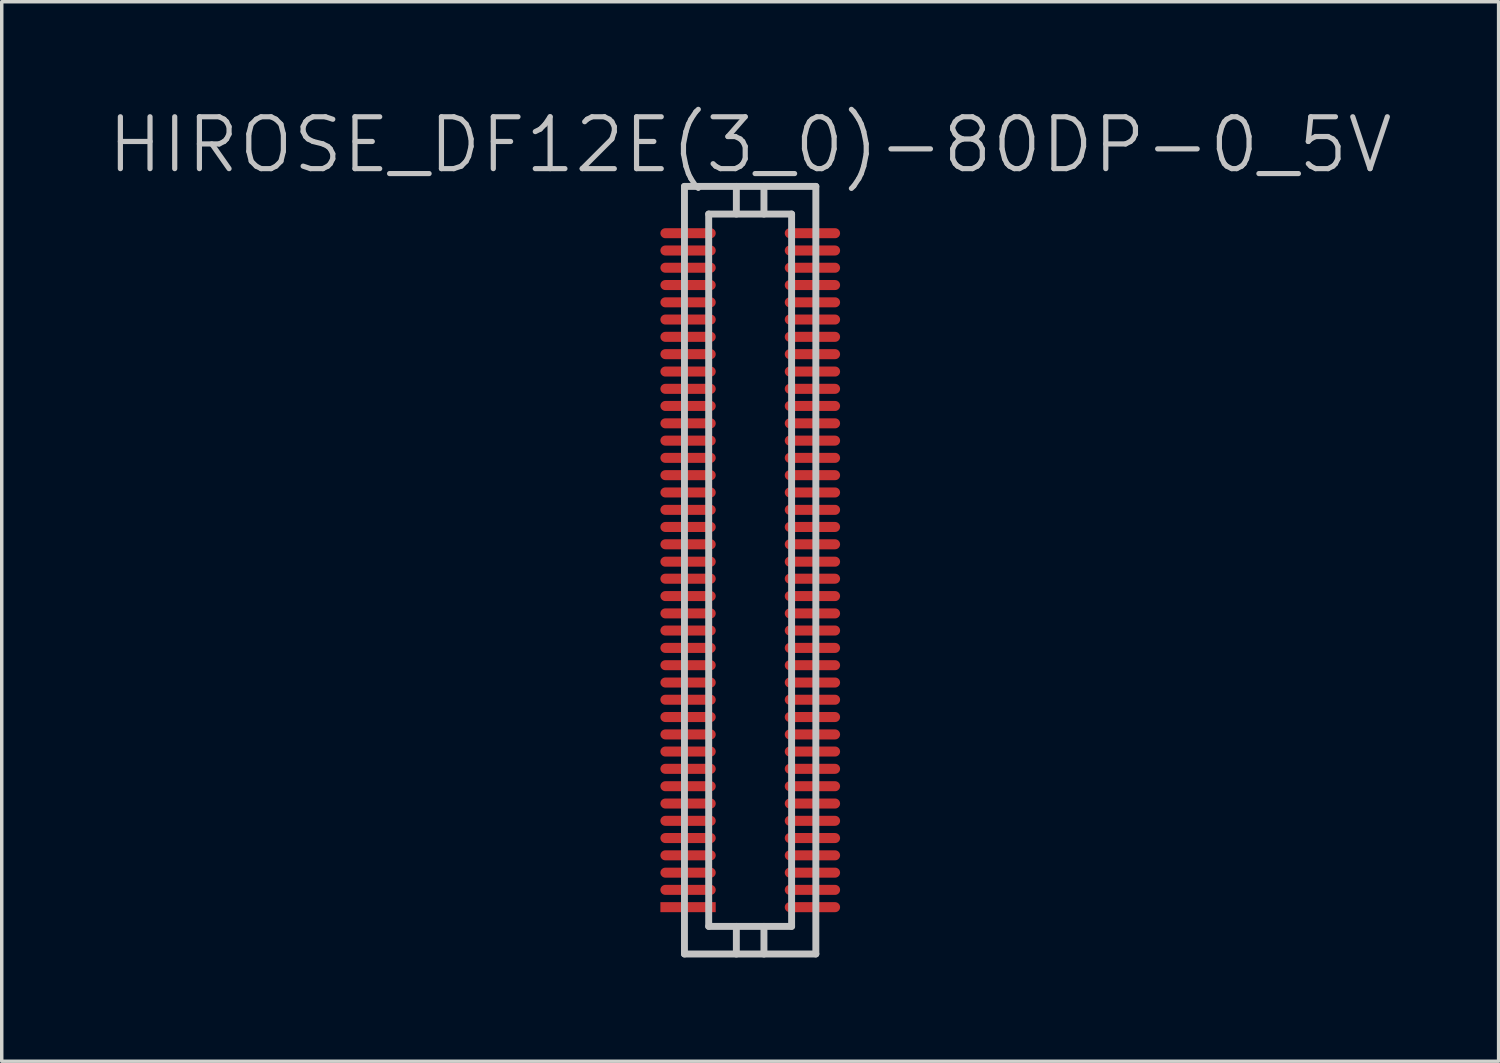
<source format=kicad_pcb>
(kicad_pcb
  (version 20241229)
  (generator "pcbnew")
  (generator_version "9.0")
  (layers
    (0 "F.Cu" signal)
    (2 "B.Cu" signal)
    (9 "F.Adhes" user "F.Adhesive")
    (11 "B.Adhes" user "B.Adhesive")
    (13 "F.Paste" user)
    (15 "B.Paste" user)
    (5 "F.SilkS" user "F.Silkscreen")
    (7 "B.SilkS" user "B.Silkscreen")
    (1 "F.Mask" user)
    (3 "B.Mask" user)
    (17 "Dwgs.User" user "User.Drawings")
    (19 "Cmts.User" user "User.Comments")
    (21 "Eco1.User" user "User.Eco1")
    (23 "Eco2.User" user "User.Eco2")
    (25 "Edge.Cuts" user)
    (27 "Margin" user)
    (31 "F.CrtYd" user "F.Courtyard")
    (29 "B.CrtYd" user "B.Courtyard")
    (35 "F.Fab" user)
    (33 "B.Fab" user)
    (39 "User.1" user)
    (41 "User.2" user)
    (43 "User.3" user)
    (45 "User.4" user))
  (footprint "HIROSE_DF12E(3_0)-80DP-0_5V"
    (layer "F.Cu")
    (at 18.646 13.441)
    (property "Reference" "HIROSE_DF12E(3_0)-80DP-0_5V" (at 0 -12.3 180) (layer "Dwgs.User") (effects (font (size 1.5 1.5) (thickness 0.15))))
    (attr smd)
    (fp_line (start -1.9 11.1) (end -1.9 -11.1) (stroke (width 0.2) (type solid)) (layer "Dwgs.User"))
    (fp_line (start -1.9 11.1) (end 1.9 11.1) (stroke (width 0.2) (type solid)) (layer "Dwgs.User"))
    (fp_line (start -1.199 -10.3) (end -1.199 10.3) (stroke (width 0.2) (type solid)) (layer "Dwgs.User"))
    (fp_line (start -1.199 -10.3) (end 1.199 -10.3) (stroke (width 0.2) (type solid)) (layer "Dwgs.User"))
    (fp_line (start -0.399 -10.3) (end -0.399 -11.1) (stroke (width 0.2) (type solid)) (layer "Dwgs.User"))
    (fp_line (start -0.399 11.102) (end -0.399 10.302) (stroke (width 0.2) (type solid)) (layer "Dwgs.User"))
    (fp_line (start 0.399 -10.3) (end 0.399 -11.1) (stroke (width 0.2) (type solid)) (layer "Dwgs.User"))
    (fp_line (start 0.399 10.302) (end 0.399 11.102) (stroke (width 0.2) (type solid)) (layer "Dwgs.User"))
    (fp_line (start 1.199 10.3) (end 1.199 -10.3) (stroke (width 0.2) (type solid)) (layer "Dwgs.User"))
    (fp_line (start 1.199 10.302) (end -1.199 10.302) (stroke (width 0.2) (type solid)) (layer "Dwgs.User"))
    (fp_line (start 1.9 -11.1) (end -1.9 -11.1) (stroke (width 0.2) (type solid)) (layer "Dwgs.User"))
    (fp_line (start 1.9 -11.1) (end 1.9 11.1) (stroke (width 0.2) (type solid)) (layer "Dwgs.User"))
    (pad "1" smd rect (at -1.796 9.746 270) (size 0.29 1.6) (layers "F.Cu" "F.Mask" "F.Paste"))
    (pad "2" smd oval (at -1.796 9.246 270) (size 0.29 1.6) (layers "F.Cu" "F.Mask" "F.Paste"))
    (pad "3" smd oval (at -1.796 8.748 270) (size 0.29 1.6) (layers "F.Cu" "F.Mask" "F.Paste"))
    (pad "4" smd oval (at -1.796 8.247 270) (size 0.29 1.6) (layers "F.Cu" "F.Mask" "F.Paste"))
    (pad "5" smd oval (at -1.796 7.747 270) (size 0.29 1.6) (layers "F.Cu" "F.Mask" "F.Paste"))
    (pad "6" smd oval (at -1.796 7.249 270) (size 0.29 1.6) (layers "F.Cu" "F.Mask" "F.Paste"))
    (pad "7" smd oval (at -1.796 6.749 270) (size 0.29 1.6) (layers "F.Cu" "F.Mask" "F.Paste"))
    (pad "8" smd oval (at -1.796 6.248 270) (size 0.29 1.6) (layers "F.Cu" "F.Mask" "F.Paste"))
    (pad "9" smd oval (at -1.796 5.745 270) (size 0.29 1.6) (layers "F.Cu" "F.Mask" "F.Paste"))
    (pad "10" smd oval (at -1.796 5.245 270) (size 0.29 1.6) (layers "F.Cu" "F.Mask" "F.Paste"))
    (pad "11" smd oval (at -1.796 4.75 270) (size 0.29 1.6) (layers "F.Cu" "F.Mask" "F.Paste"))
    (pad "12" smd oval (at -1.796 4.247 270) (size 0.29 1.6) (layers "F.Cu" "F.Mask" "F.Paste"))
    (pad "13" smd oval (at -1.796 3.747 270) (size 0.29 1.6) (layers "F.Cu" "F.Mask" "F.Paste"))
    (pad "14" smd oval (at -1.796 3.249 270) (size 0.29 1.6) (layers "F.Cu" "F.Mask" "F.Paste"))
    (pad "15" smd oval (at -1.796 2.748 270) (size 0.29 1.6) (layers "F.Cu" "F.Mask" "F.Paste"))
    (pad "16" smd oval (at -1.796 2.248 270) (size 0.29 1.6) (layers "F.Cu" "F.Mask" "F.Paste"))
    (pad "17" smd oval (at -1.796 1.745 270) (size 0.29 1.6) (layers "F.Cu" "F.Mask" "F.Paste"))
    (pad "18" smd oval (at -1.796 1.25 270) (size 0.29 1.6) (layers "F.Cu" "F.Mask" "F.Paste"))
    (pad "19" smd oval (at -1.796 0.749 270) (size 0.29 1.6) (layers "F.Cu" "F.Mask" "F.Paste"))
    (pad "20" smd oval (at -1.796 0.246 270) (size 0.29 1.6) (layers "F.Cu" "F.Mask" "F.Paste"))
    (pad "21" smd oval (at -1.796 -0.246 270) (size 0.29 1.6) (layers "F.Cu" "F.Mask" "F.Paste"))
    (pad "22" smd oval (at -1.796 -0.749 270) (size 0.29 1.6) (layers "F.Cu" "F.Mask" "F.Paste"))
    (pad "23" smd oval (at -1.796 -1.25 270) (size 0.29 1.6) (layers "F.Cu" "F.Mask" "F.Paste"))
    (pad "24" smd oval (at -1.796 -1.745 270) (size 0.29 1.6) (layers "F.Cu" "F.Mask" "F.Paste"))
    (pad "25" smd oval (at -1.796 -2.248 270) (size 0.29 1.6) (layers "F.Cu" "F.Mask" "F.Paste"))
    (pad "26" smd oval (at -1.796 -2.748 270) (size 0.29 1.6) (layers "F.Cu" "F.Mask" "F.Paste"))
    (pad "27" smd oval (at -1.796 -3.249 270) (size 0.29 1.6) (layers "F.Cu" "F.Mask" "F.Paste"))
    (pad "28" smd oval (at -1.796 -3.747 270) (size 0.29 1.6) (layers "F.Cu" "F.Mask" "F.Paste"))
    (pad "29" smd oval (at -1.796 -4.247 270) (size 0.29 1.6) (layers "F.Cu" "F.Mask" "F.Paste"))
    (pad "30" smd oval (at -1.796 -4.75 270) (size 0.29 1.6) (layers "F.Cu" "F.Mask" "F.Paste"))
    (pad "31" smd oval (at -1.796 -5.245 270) (size 0.29 1.6) (layers "F.Cu" "F.Mask" "F.Paste"))
    (pad "32" smd oval (at -1.796 -5.745 270) (size 0.29 1.6) (layers "F.Cu" "F.Mask" "F.Paste"))
    (pad "33" smd oval (at -1.796 -6.248 270) (size 0.29 1.6) (layers "F.Cu" "F.Mask" "F.Paste"))
    (pad "34" smd oval (at -1.796 -6.749 270) (size 0.29 1.6) (layers "F.Cu" "F.Mask" "F.Paste"))
    (pad "35" smd oval (at -1.796 -7.249 270) (size 0.29 1.6) (layers "F.Cu" "F.Mask" "F.Paste"))
    (pad "36" smd oval (at -1.796 -7.747 270) (size 0.29 1.6) (layers "F.Cu" "F.Mask" "F.Paste"))
    (pad "37" smd oval (at -1.796 -8.247 270) (size 0.29 1.6) (layers "F.Cu" "F.Mask" "F.Paste"))
    (pad "38" smd oval (at -1.796 -8.748 270) (size 0.29 1.6) (layers "F.Cu" "F.Mask" "F.Paste"))
    (pad "39" smd oval (at -1.796 -9.246 270) (size 0.29 1.6) (layers "F.Cu" "F.Mask" "F.Paste"))
    (pad "40" smd oval (at -1.796 -9.746 270) (size 0.29 1.6) (layers "F.Cu" "F.Mask" "F.Paste"))
    (pad "41" smd oval (at 1.801 -9.746 270) (size 0.29 1.6) (layers "F.Cu" "F.Mask" "F.Paste"))
    (pad "42" smd oval (at 1.801 -9.246 270) (size 0.29 1.6) (layers "F.Cu" "F.Mask" "F.Paste"))
    (pad "43" smd oval (at 1.801 -8.748 270) (size 0.29 1.6) (layers "F.Cu" "F.Mask" "F.Paste"))
    (pad "44" smd oval (at 1.801 -8.247 270) (size 0.29 1.6) (layers "F.Cu" "F.Mask" "F.Paste"))
    (pad "45" smd oval (at 1.801 -7.747 270) (size 0.29 1.6) (layers "F.Cu" "F.Mask" "F.Paste"))
    (pad "46" smd oval (at 1.801 -7.249 270) (size 0.29 1.6) (layers "F.Cu" "F.Mask" "F.Paste"))
    (pad "47" smd oval (at 1.801 -6.749 270) (size 0.29 1.6) (layers "F.Cu" "F.Mask" "F.Paste"))
    (pad "48" smd oval (at 1.801 -6.248 270) (size 0.29 1.6) (layers "F.Cu" "F.Mask" "F.Paste"))
    (pad "49" smd oval (at 1.801 -5.745 270) (size 0.29 1.6) (layers "F.Cu" "F.Mask" "F.Paste"))
    (pad "50" smd oval (at 1.801 -5.245 270) (size 0.29 1.6) (layers "F.Cu" "F.Mask" "F.Paste"))
    (pad "51" smd oval (at 1.801 -4.75 270) (size 0.29 1.6) (layers "F.Cu" "F.Mask" "F.Paste"))
    (pad "52" smd oval (at 1.801 -4.247 270) (size 0.29 1.6) (layers "F.Cu" "F.Mask" "F.Paste"))
    (pad "53" smd oval (at 1.801 -3.747 270) (size 0.29 1.6) (layers "F.Cu" "F.Mask" "F.Paste"))
    (pad "54" smd oval (at 1.801 -3.249 270) (size 0.29 1.6) (layers "F.Cu" "F.Mask" "F.Paste"))
    (pad "55" smd oval (at 1.801 -2.748 270) (size 0.29 1.6) (layers "F.Cu" "F.Mask" "F.Paste"))
    (pad "56" smd oval (at 1.801 -2.248 270) (size 0.29 1.6) (layers "F.Cu" "F.Mask" "F.Paste"))
    (pad "57" smd oval (at 1.801 -1.745 270) (size 0.29 1.6) (layers "F.Cu" "F.Mask" "F.Paste"))
    (pad "58" smd oval (at 1.801 -1.25 270) (size 0.29 1.6) (layers "F.Cu" "F.Mask" "F.Paste"))
    (pad "59" smd oval (at 1.801 -0.749 270) (size 0.29 1.6) (layers "F.Cu" "F.Mask" "F.Paste"))
    (pad "60" smd oval (at 1.801 -0.246 270) (size 0.29 1.6) (layers "F.Cu" "F.Mask" "F.Paste"))
    (pad "61" smd oval (at 1.801 0.246 270) (size 0.29 1.6) (layers "F.Cu" "F.Mask" "F.Paste"))
    (pad "62" smd oval (at 1.801 0.749 270) (size 0.29 1.6) (layers "F.Cu" "F.Mask" "F.Paste"))
    (pad "63" smd oval (at 1.801 1.25 270) (size 0.29 1.6) (layers "F.Cu" "F.Mask" "F.Paste"))
    (pad "64" smd oval (at 1.801 1.745 270) (size 0.29 1.6) (layers "F.Cu" "F.Mask" "F.Paste"))
    (pad "65" smd oval (at 1.801 2.248 270) (size 0.29 1.6) (layers "F.Cu" "F.Mask" "F.Paste"))
    (pad "66" smd oval (at 1.801 2.748 270) (size 0.29 1.6) (layers "F.Cu" "F.Mask" "F.Paste"))
    (pad "67" smd oval (at 1.801 3.249 270) (size 0.29 1.6) (layers "F.Cu" "F.Mask" "F.Paste"))
    (pad "68" smd oval (at 1.801 3.747 270) (size 0.29 1.6) (layers "F.Cu" "F.Mask" "F.Paste"))
    (pad "69" smd oval (at 1.801 4.247 270) (size 0.29 1.6) (layers "F.Cu" "F.Mask" "F.Paste"))
    (pad "70" smd oval (at 1.801 4.75 270) (size 0.29 1.6) (layers "F.Cu" "F.Mask" "F.Paste"))
    (pad "71" smd oval (at 1.801 5.245 270) (size 0.29 1.6) (layers "F.Cu" "F.Mask" "F.Paste"))
    (pad "72" smd oval (at 1.801 5.745 270) (size 0.29 1.6) (layers "F.Cu" "F.Mask" "F.Paste"))
    (pad "73" smd oval (at 1.801 6.248 270) (size 0.29 1.6) (layers "F.Cu" "F.Mask" "F.Paste"))
    (pad "74" smd oval (at 1.801 6.749 270) (size 0.29 1.6) (layers "F.Cu" "F.Mask" "F.Paste"))
    (pad "75" smd oval (at 1.801 7.249 270) (size 0.29 1.6) (layers "F.Cu" "F.Mask" "F.Paste"))
    (pad "76" smd oval (at 1.801 7.747 270) (size 0.29 1.6) (layers "F.Cu" "F.Mask" "F.Paste"))
    (pad "77" smd oval (at 1.801 8.247 270) (size 0.29 1.6) (layers "F.Cu" "F.Mask" "F.Paste"))
    (pad "78" smd oval (at 1.801 8.748 270) (size 0.29 1.6) (layers "F.Cu" "F.Mask" "F.Paste"))
    (pad "79" smd oval (at 1.801 9.246 270) (size 0.29 1.6) (layers "F.Cu" "F.Mask" "F.Paste"))
    (pad "80" smd oval (at 1.801 9.746 270) (size 0.29 1.6) (layers "F.Cu" "F.Mask" "F.Paste")))
  (gr_rect
    (start -3 -3)
    (end 40.293 27.643)
    (stroke (width 0.1) (type default))
    (fill no)
    (layer "Edge.Cuts")))
</source>
